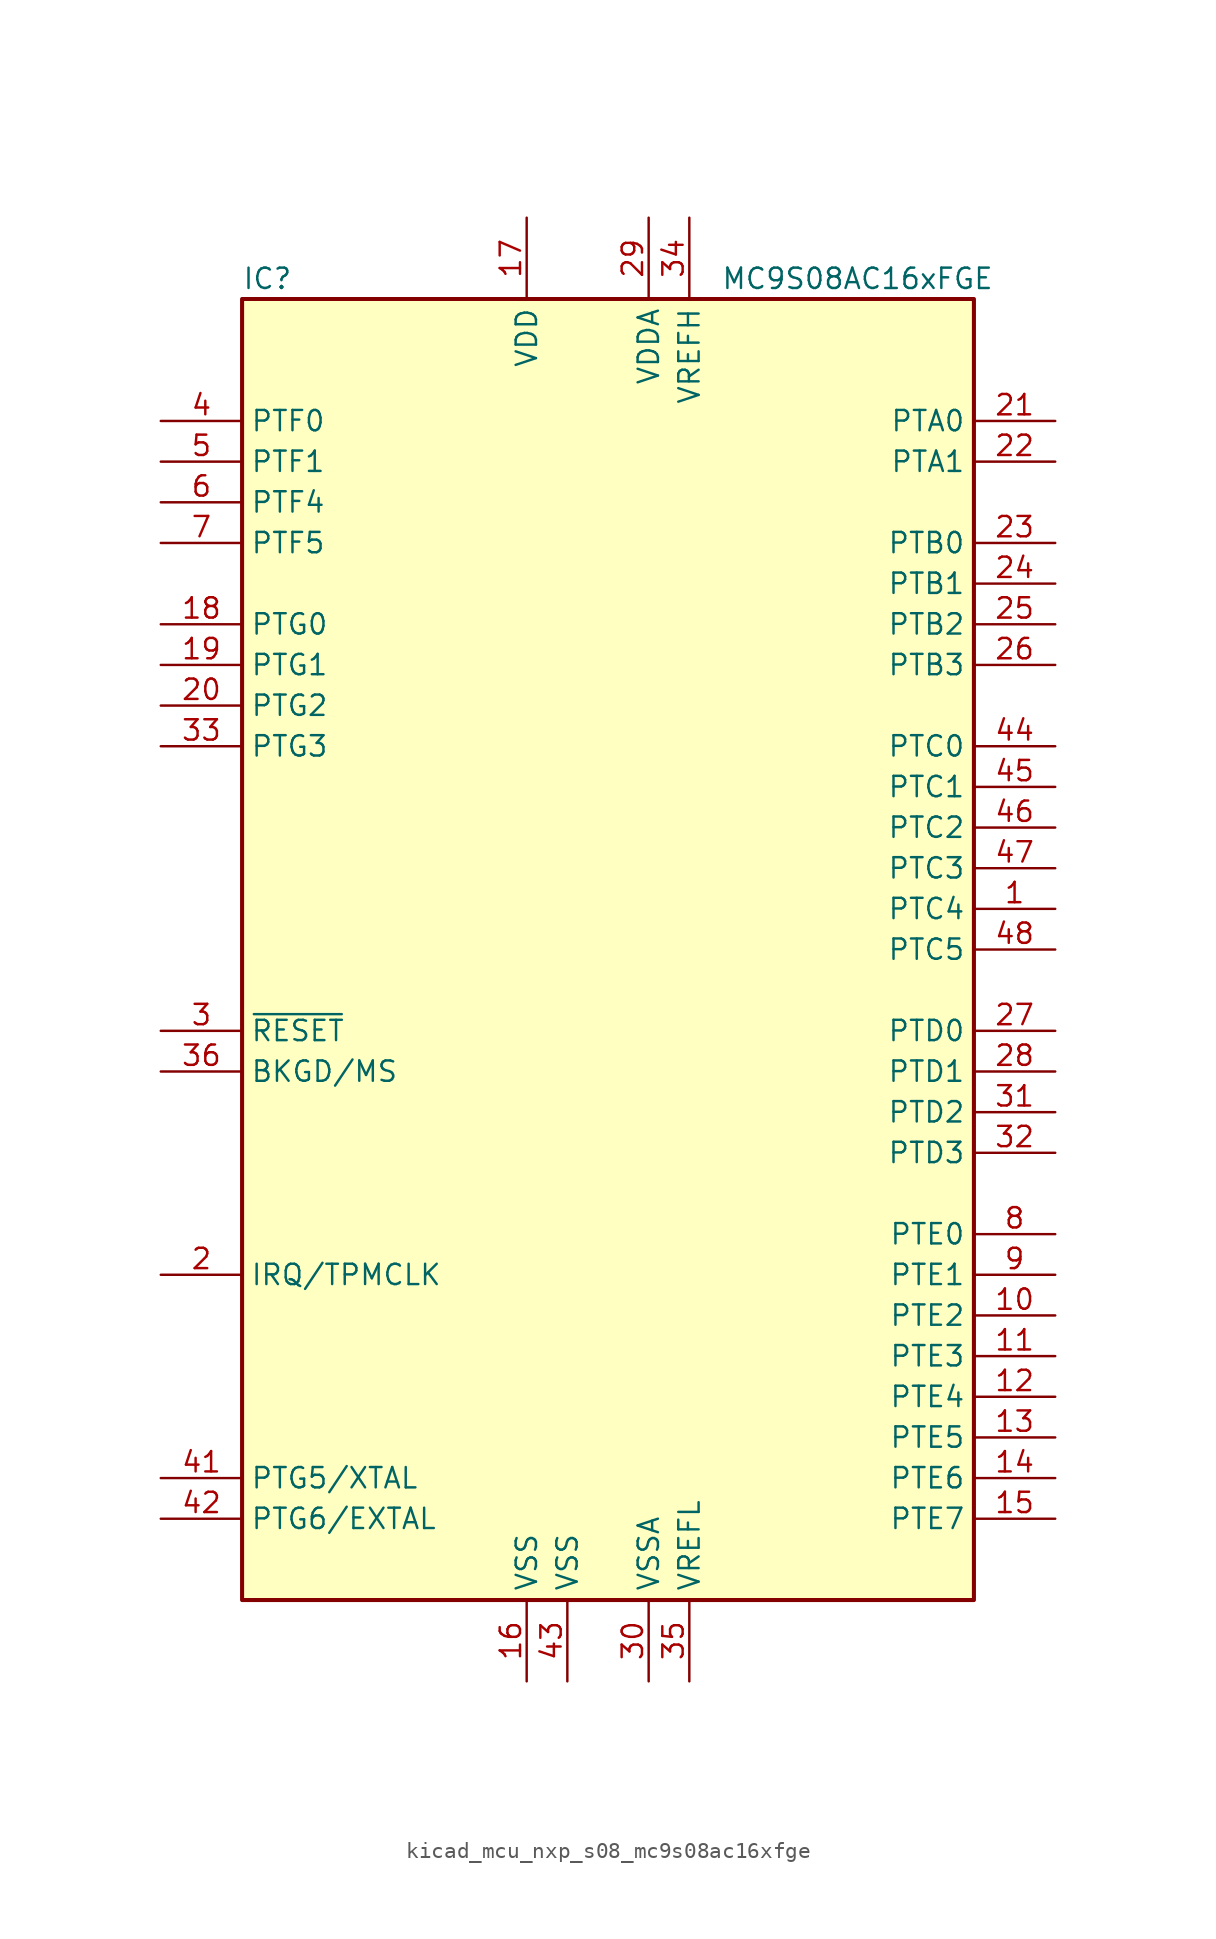
<source format=kicad_sym>
(kicad_symbol_lib
  (version 20220914)
  (generator kicad_symbol_editor)
  (symbol "kicad_mcu_nxp_s08_mc9s08ac16xfge"
    (property "Reference" "IC"
      (at -22.86 41.91 0)
      (effects (font (size 1.27 1.27)) (justify left)))
    (property "Value" "MC9S08AC16xFGE"
      (at 24.13 41.91 0)
      (effects (font (size 1.27 1.27)) (justify right)))
    (symbol "kicad_mcu_nxp_s08_mc9s08ac16xfge_0_1"
      (rectangle (start -22.86 40.64) (end 22.86 -40.64) (stroke (width 0.254) (type default)) (fill (type background))))
    (symbol "kicad_mcu_nxp_s08_mc9s08ac16xfge_1_1"
      (pin bidirectional line (at 27.94 2.54 180) (length 5.08) (name "PTC4" (effects (font (size 1.27 1.27)))) (number "1" (effects (font (size 1.27 1.27)))))
      (pin bidirectional line (at 27.94 -22.86 180) (length 5.08) (name "PTE2" (effects (font (size 1.27 1.27)))) (number "10" (effects (font (size 1.27 1.27)))))
      (pin bidirectional line (at 27.94 -25.4 180) (length 5.08) (name "PTE3" (effects (font (size 1.27 1.27)))) (number "11" (effects (font (size 1.27 1.27)))))
      (pin bidirectional line (at 27.94 -27.94 180) (length 5.08) (name "PTE4" (effects (font (size 1.27 1.27)))) (number "12" (effects (font (size 1.27 1.27)))))
      (pin bidirectional line (at 27.94 -30.48 180) (length 5.08) (name "PTE5" (effects (font (size 1.27 1.27)))) (number "13" (effects (font (size 1.27 1.27)))))
      (pin bidirectional line (at 27.94 -33.02 180) (length 5.08) (name "PTE6" (effects (font (size 1.27 1.27)))) (number "14" (effects (font (size 1.27 1.27)))))
      (pin bidirectional line (at 27.94 -35.56 180) (length 5.08) (name "PTE7" (effects (font (size 1.27 1.27)))) (number "15" (effects (font (size 1.27 1.27)))))
      (pin power_in line (at -5.08 -45.72 90) (length 5.08) (name "VSS" (effects (font (size 1.27 1.27)))) (number "16" (effects (font (size 1.27 1.27)))))
      (pin power_in line (at -5.08 45.72 270) (length 5.08) (name "VDD" (effects (font (size 1.27 1.27)))) (number "17" (effects (font (size 1.27 1.27)))))
      (pin bidirectional line (at -27.94 20.32 0) (length 5.08) (name "PTG0" (effects (font (size 1.27 1.27)))) (number "18" (effects (font (size 1.27 1.27)))))
      (pin bidirectional line (at -27.94 17.78 0) (length 5.08) (name "PTG1" (effects (font (size 1.27 1.27)))) (number "19" (effects (font (size 1.27 1.27)))))
      (pin input line (at -27.94 -20.32 0) (length 5.08) (name "IRQ/TPMCLK" (effects (font (size 1.27 1.27)))) (number "2" (effects (font (size 1.27 1.27)))))
      (pin bidirectional line (at -27.94 15.24 0) (length 5.08) (name "PTG2" (effects (font (size 1.27 1.27)))) (number "20" (effects (font (size 1.27 1.27)))))
      (pin bidirectional line (at 27.94 33.02 180) (length 5.08) (name "PTA0" (effects (font (size 1.27 1.27)))) (number "21" (effects (font (size 1.27 1.27)))))
      (pin bidirectional line (at 27.94 30.48 180) (length 5.08) (name "PTA1" (effects (font (size 1.27 1.27)))) (number "22" (effects (font (size 1.27 1.27)))))
      (pin bidirectional line (at 27.94 25.4 180) (length 5.08) (name "PTB0" (effects (font (size 1.27 1.27)))) (number "23" (effects (font (size 1.27 1.27)))))
      (pin bidirectional line (at 27.94 22.86 180) (length 5.08) (name "PTB1" (effects (font (size 1.27 1.27)))) (number "24" (effects (font (size 1.27 1.27)))))
      (pin bidirectional line (at 27.94 20.32 180) (length 5.08) (name "PTB2" (effects (font (size 1.27 1.27)))) (number "25" (effects (font (size 1.27 1.27)))))
      (pin bidirectional line (at 27.94 17.78 180) (length 5.08) (name "PTB3" (effects (font (size 1.27 1.27)))) (number "26" (effects (font (size 1.27 1.27)))))
      (pin bidirectional line (at 27.94 -5.08 180) (length 5.08) (name "PTD0" (effects (font (size 1.27 1.27)))) (number "27" (effects (font (size 1.27 1.27)))))
      (pin bidirectional line (at 27.94 -7.62 180) (length 5.08) (name "PTD1" (effects (font (size 1.27 1.27)))) (number "28" (effects (font (size 1.27 1.27)))))
      (pin power_in line (at 2.54 45.72 270) (length 5.08) (name "VDDA" (effects (font (size 1.27 1.27)))) (number "29" (effects (font (size 1.27 1.27)))))
      (pin input line (at -27.94 -5.08 0) (length 5.08) (name "~{RESET}" (effects (font (size 1.27 1.27)))) (number "3" (effects (font (size 1.27 1.27)))))
      (pin power_in line (at 2.54 -45.72 90) (length 5.08) (name "VSSA" (effects (font (size 1.27 1.27)))) (number "30" (effects (font (size 1.27 1.27)))))
      (pin bidirectional line (at 27.94 -10.16 180) (length 5.08) (name "PTD2" (effects (font (size 1.27 1.27)))) (number "31" (effects (font (size 1.27 1.27)))))
      (pin bidirectional line (at 27.94 -12.7 180) (length 5.08) (name "PTD3" (effects (font (size 1.27 1.27)))) (number "32" (effects (font (size 1.27 1.27)))))
      (pin bidirectional line (at -27.94 12.7 0) (length 5.08) (name "PTG3" (effects (font (size 1.27 1.27)))) (number "33" (effects (font (size 1.27 1.27)))))
      (pin power_in line (at 5.08 45.72 270) (length 5.08) (name "VREFH" (effects (font (size 1.27 1.27)))) (number "34" (effects (font (size 1.27 1.27)))))
      (pin power_in line (at 5.08 -45.72 90) (length 5.08) (name "VREFL" (effects (font (size 1.27 1.27)))) (number "35" (effects (font (size 1.27 1.27)))))
      (pin bidirectional line (at -27.94 -7.62 0) (length 5.08) (name "BKGD/MS" (effects (font (size 1.27 1.27)))) (number "36" (effects (font (size 1.27 1.27)))))
      (pin bidirectional line (at -27.94 33.02 0) (length 5.08) (name "PTF0" (effects (font (size 1.27 1.27)))) (number "4" (effects (font (size 1.27 1.27)))))
      (pin bidirectional line (at -27.94 -33.02 0) (length 5.08) (name "PTG5/XTAL" (effects (font (size 1.27 1.27)))) (number "41" (effects (font (size 1.27 1.27)))))
      (pin bidirectional line (at -27.94 -35.56 0) (length 5.08) (name "PTG6/EXTAL" (effects (font (size 1.27 1.27)))) (number "42" (effects (font (size 1.27 1.27)))))
      (pin power_in line (at -2.54 -45.72 90) (length 5.08) (name "VSS" (effects (font (size 1.27 1.27)))) (number "43" (effects (font (size 1.27 1.27)))))
      (pin bidirectional line (at 27.94 12.7 180) (length 5.08) (name "PTC0" (effects (font (size 1.27 1.27)))) (number "44" (effects (font (size 1.27 1.27)))))
      (pin bidirectional line (at 27.94 10.16 180) (length 5.08) (name "PTC1" (effects (font (size 1.27 1.27)))) (number "45" (effects (font (size 1.27 1.27)))))
      (pin bidirectional line (at 27.94 7.62 180) (length 5.08) (name "PTC2" (effects (font (size 1.27 1.27)))) (number "46" (effects (font (size 1.27 1.27)))))
      (pin bidirectional line (at 27.94 5.08 180) (length 5.08) (name "PTC3" (effects (font (size 1.27 1.27)))) (number "47" (effects (font (size 1.27 1.27)))))
      (pin bidirectional line (at 27.94 0 180) (length 5.08) (name "PTC5" (effects (font (size 1.27 1.27)))) (number "48" (effects (font (size 1.27 1.27)))))
      (pin bidirectional line (at -27.94 30.48 0) (length 5.08) (name "PTF1" (effects (font (size 1.27 1.27)))) (number "5" (effects (font (size 1.27 1.27)))))
      (pin bidirectional line (at -27.94 27.94 0) (length 5.08) (name "PTF4" (effects (font (size 1.27 1.27)))) (number "6" (effects (font (size 1.27 1.27)))))
      (pin bidirectional line (at -27.94 25.4 0) (length 5.08) (name "PTF5" (effects (font (size 1.27 1.27)))) (number "7" (effects (font (size 1.27 1.27)))))
      (pin bidirectional line (at 27.94 -17.78 180) (length 5.08) (name "PTE0" (effects (font (size 1.27 1.27)))) (number "8" (effects (font (size 1.27 1.27)))))
      (pin bidirectional line (at 27.94 -20.32 180) (length 5.08) (name "PTE1" (effects (font (size 1.27 1.27)))) (number "9" (effects (font (size 1.27 1.27))))))))
</source>
